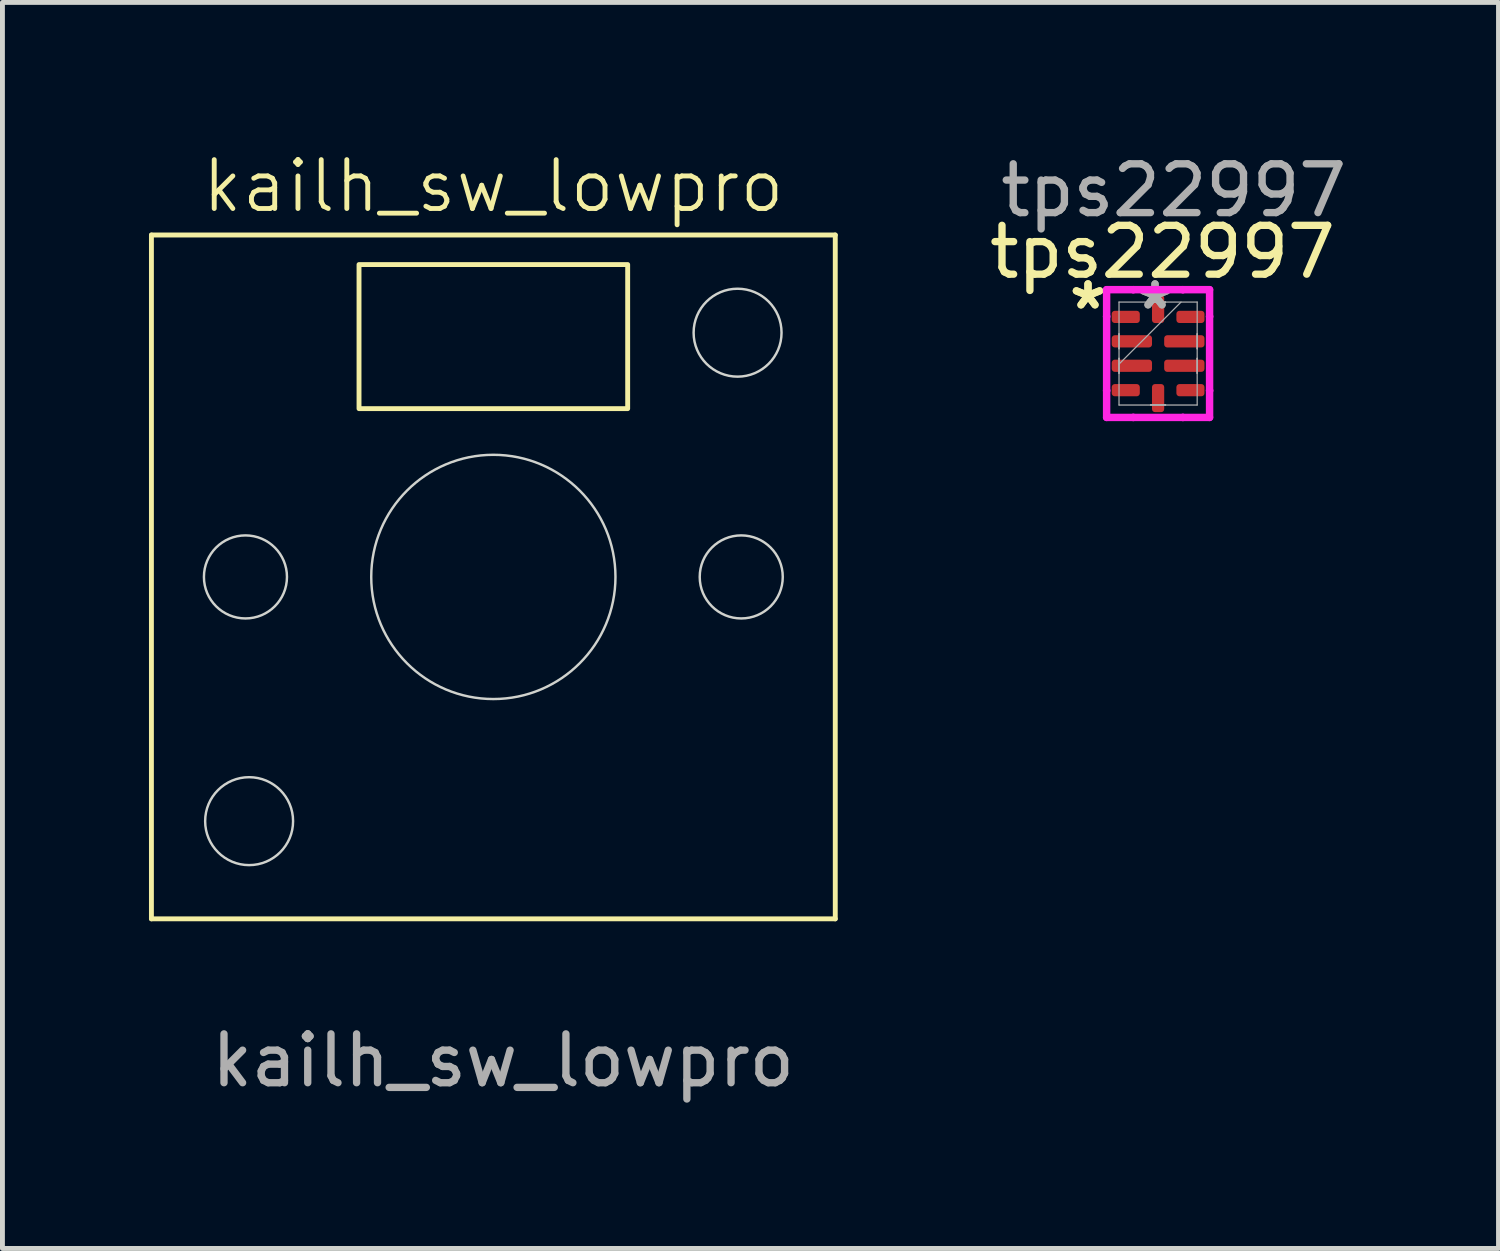
<source format=kicad_pcb>
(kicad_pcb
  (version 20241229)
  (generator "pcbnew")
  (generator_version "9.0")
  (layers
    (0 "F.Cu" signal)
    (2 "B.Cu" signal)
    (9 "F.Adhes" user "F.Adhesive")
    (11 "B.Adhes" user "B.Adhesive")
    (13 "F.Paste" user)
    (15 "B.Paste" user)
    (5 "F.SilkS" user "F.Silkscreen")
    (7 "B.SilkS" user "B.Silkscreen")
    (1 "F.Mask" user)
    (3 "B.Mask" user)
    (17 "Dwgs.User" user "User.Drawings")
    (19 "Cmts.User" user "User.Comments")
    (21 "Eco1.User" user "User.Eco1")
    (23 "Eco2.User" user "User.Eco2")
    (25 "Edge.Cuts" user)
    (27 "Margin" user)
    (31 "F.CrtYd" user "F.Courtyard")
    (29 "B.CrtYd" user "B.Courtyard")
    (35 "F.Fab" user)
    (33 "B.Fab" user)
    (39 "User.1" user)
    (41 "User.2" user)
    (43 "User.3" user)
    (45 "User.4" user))
  (footprint "kailh_sw_lowpro"
    (layer "F.Cu")
    (at 7.05 8.761)
    (property "Reference" "kailh_sw_lowpro" (at 0 -8 0) (unlocked yes) (layer "F.SilkS") (effects (font (size 1 1) (thickness 0.1))))
    (attr smd)
    (fp_line (start -7 -7) (end 7 -7) (stroke (width 0.1) (type default)) (layer "F.SilkS"))
    (fp_line (start -7 7) (end -7 -7) (stroke (width 0.1) (type default)) (layer "F.SilkS"))
    (fp_line (start 7 -7) (end 7 7) (stroke (width 0.1) (type default)) (layer "F.SilkS"))
    (fp_line (start 7 7) (end -7 7) (stroke (width 0.1) (type default)) (layer "F.SilkS"))
    (fp_rect (start -2.75 -6.395) (end 2.75 -3.445) (stroke (width 0.1) (type solid)) (fill no) (layer "F.SilkS"))
    (fp_circle (center -5.075 0) (end -4.225 0) (stroke (width 0.05) (type solid)) (fill no) (layer "Edge.Cuts"))
    (fp_circle (center -5 5) (end -4.1 5) (stroke (width 0.05) (type solid)) (fill no) (layer "Edge.Cuts"))
    (fp_circle (center 0 0) (end 2.5 0) (stroke (width 0.05) (type solid)) (fill no) (layer "Edge.Cuts"))
    (fp_circle (center 5 -5) (end 5.9 -5) (stroke (width 0.05) (type solid)) (fill no) (layer "Edge.Cuts"))
    (fp_circle (center 5.075 0) (end 5.925 0) (stroke (width 0.05) (type solid)) (fill no) (layer "Edge.Cuts"))
    (fp_circle (center 0 4.5) (end 1.25 4.5) (stroke (width 0.1) (type solid)) (fill no) (layer "User.4"))
    (fp_text user "${REFERENCE}" (at 0.2 9.9 0) (unlocked yes) (layer "F.Fab") (effects (font (size 1 1) (thickness 0.15)))))
  (footprint "tps22997"
    (layer "F.Cu")
    (at 20.659 4.188)
    (property "Reference" "tps22997" (at 0.09 -2.08 0) (unlocked yes) (layer "F.SilkS") (effects (font (size 1 1) (thickness 0.15))))
    (attr smd)
    (fp_line (start -1.054 -1.308) (end -0.508 -1.308) (stroke (width 0.152) (type solid)) (layer "F.CrtYd"))
    (fp_line (start -1.054 -0.758) (end -1.054 -1.308) (stroke (width 0.152) (type solid)) (layer "F.CrtYd"))
    (fp_line (start -1.054 -0.758) (end -1.054 -0.758) (stroke (width 0.152) (type solid)) (layer "F.CrtYd"))
    (fp_line (start -1.054 0.758) (end -1.054 -0.758) (stroke (width 0.152) (type solid)) (layer "F.CrtYd"))
    (fp_line (start -1.054 0.758) (end -1.054 0.758) (stroke (width 0.152) (type solid)) (layer "F.CrtYd"))
    (fp_line (start -1.054 1.308) (end -1.054 0.758) (stroke (width 0.152) (type solid)) (layer "F.CrtYd"))
    (fp_line (start -0.508 -1.308) (end -0.508 -1.308) (stroke (width 0.152) (type solid)) (layer "F.CrtYd"))
    (fp_line (start -0.508 -1.308) (end 0.508 -1.308) (stroke (width 0.152) (type solid)) (layer "F.CrtYd"))
    (fp_line (start -0.508 1.308) (end -1.054 1.308) (stroke (width 0.152) (type solid)) (layer "F.CrtYd"))
    (fp_line (start -0.508 1.308) (end -0.508 1.308) (stroke (width 0.152) (type solid)) (layer "F.CrtYd"))
    (fp_line (start 0.508 -1.308) (end 0.508 -1.308) (stroke (width 0.152) (type solid)) (layer "F.CrtYd"))
    (fp_line (start 0.508 -1.308) (end 1.054 -1.308) (stroke (width 0.152) (type solid)) (layer "F.CrtYd"))
    (fp_line (start 0.508 1.308) (end -0.508 1.308) (stroke (width 0.152) (type solid)) (layer "F.CrtYd"))
    (fp_line (start 0.508 1.308) (end 0.508 1.308) (stroke (width 0.152) (type solid)) (layer "F.CrtYd"))
    (fp_line (start 1.054 -1.308) (end 1.054 -0.758) (stroke (width 0.152) (type solid)) (layer "F.CrtYd"))
    (fp_line (start 1.054 -0.758) (end 1.054 -0.758) (stroke (width 0.152) (type solid)) (layer "F.CrtYd"))
    (fp_line (start 1.054 -0.758) (end 1.054 0.758) (stroke (width 0.152) (type solid)) (layer "F.CrtYd"))
    (fp_line (start 1.054 0.758) (end 1.054 0.758) (stroke (width 0.152) (type solid)) (layer "F.CrtYd"))
    (fp_line (start 1.054 0.758) (end 1.054 1.308) (stroke (width 0.152) (type solid)) (layer "F.CrtYd"))
    (fp_line (start 1.054 1.308) (end 0.508 1.308) (stroke (width 0.152) (type solid)) (layer "F.CrtYd"))
    (fp_line (start -0.8 -1.054) (end -0.8 1.054) (stroke (width 0.025) (type solid)) (layer "F.Fab"))
    (fp_line (start -0.8 -0.402) (end -0.8 -0.402) (stroke (width 0.025) (type solid)) (layer "F.Fab"))
    (fp_line (start -0.8 -0.098) (end -0.8 -0.402) (stroke (width 0.025) (type solid)) (layer "F.Fab"))
    (fp_line (start -0.8 0.098) (end -0.8 0.098) (stroke (width 0.025) (type solid)) (layer "F.Fab"))
    (fp_line (start -0.8 0.216) (end 0.47 -1.054) (stroke (width 0.025) (type solid)) (layer "F.Fab"))
    (fp_line (start -0.8 0.402) (end -0.8 0.098) (stroke (width 0.025) (type solid)) (layer "F.Fab"))
    (fp_line (start -0.8 1.054) (end 0.8 1.054) (stroke (width 0.025) (type solid)) (layer "F.Fab"))
    (fp_line (start -0.8 -0.402) (end -0.8 -0.098) (stroke (width 0.025) (type solid)) (layer "F.Fab"))
    (fp_line (start -0.8 -0.098) (end -0.8 -0.098) (stroke (width 0.025) (type solid)) (layer "F.Fab"))
    (fp_line (start -0.8 0.098) (end -0.8 0.402) (stroke (width 0.025) (type solid)) (layer "F.Fab"))
    (fp_line (start -0.8 0.402) (end -0.8 0.402) (stroke (width 0.025) (type solid)) (layer "F.Fab"))
    (fp_line (start -0.152 -1.054) (end 0.152 -1.054) (stroke (width 0.025) (type solid)) (layer "F.Fab"))
    (fp_line (start -0.152 -1.05) (end -0.152 -1.054) (stroke (width 0.025) (type solid)) (layer "F.Fab"))
    (fp_line (start -0.152 1.05) (end 0.152 1.05) (stroke (width 0.025) (type solid)) (layer "F.Fab"))
    (fp_line (start -0.152 1.054) (end -0.152 1.05) (stroke (width 0.025) (type solid)) (layer "F.Fab"))
    (fp_line (start 0.152 -1.054) (end 0.152 -1.05) (stroke (width 0.025) (type solid)) (layer "F.Fab"))
    (fp_line (start 0.152 -1.05) (end -0.152 -1.05) (stroke (width 0.025) (type solid)) (layer "F.Fab"))
    (fp_line (start 0.152 1.05) (end 0.152 1.054) (stroke (width 0.025) (type solid)) (layer "F.Fab"))
    (fp_line (start 0.152 1.054) (end -0.152 1.054) (stroke (width 0.025) (type solid)) (layer "F.Fab"))
    (fp_line (start 0.8 -0.402) (end 0.8 -0.402) (stroke (width 0.025) (type solid)) (layer "F.Fab"))
    (fp_line (start 0.8 -0.098) (end 0.8 -0.402) (stroke (width 0.025) (type solid)) (layer "F.Fab"))
    (fp_line (start 0.8 0.098) (end 0.8 0.098) (stroke (width 0.025) (type solid)) (layer "F.Fab"))
    (fp_line (start 0.8 0.402) (end 0.8 0.098) (stroke (width 0.025) (type solid)) (layer "F.Fab"))
    (fp_line (start 0.8 -1.054) (end -0.8 -1.054) (stroke (width 0.025) (type solid)) (layer "F.Fab"))
    (fp_line (start 0.8 -0.402) (end 0.8 -0.098) (stroke (width 0.025) (type solid)) (layer "F.Fab"))
    (fp_line (start 0.8 -0.098) (end 0.8 -0.098) (stroke (width 0.025) (type solid)) (layer "F.Fab"))
    (fp_line (start 0.8 0.098) (end 0.8 0.402) (stroke (width 0.025) (type solid)) (layer "F.Fab"))
    (fp_line (start 0.8 0.402) (end 0.8 0.402) (stroke (width 0.025) (type solid)) (layer "F.Fab"))
    (fp_line (start 0.8 1.054) (end 0.8 -1.054) (stroke (width 0.025) (type solid)) (layer "F.Fab"))
    (fp_text user "*" (at -1.435 -0.881 0) (layer "F.SilkS") (effects (font (size 1 1) (thickness 0.15))))
    (fp_text user "*" (at -1.435 -0.881 0) (unlocked yes) (layer "F.SilkS") (effects (font (size 1 1) (thickness 0.15))))
    (fp_text user "*" (at -0.063 -0.881 0) (layer "F.Fab") (effects (font (size 1 1) (thickness 0.15))))
    (fp_text user "${REFERENCE}" (at 0.32 -3.34 0) (unlocked yes) (layer "F.Fab") (effects (font (size 1 1) (thickness 0.15))))
    (fp_text user "*" (at -0.063 -0.881 0) (unlocked yes) (layer "F.Fab") (effects (font (size 1 1) (thickness 0.15))))
    (pad "1" smd roundrect (at -0.662 -0.75) (size 0.575 0.25) (layers "F.Cu" "F.Mask" "F.Paste") (roundrect_rratio 0.25))
    (pad "2" smd roundrect (at -0.537 -0.25 90) (size 0.25 0.825) (layers "F.Cu" "F.Mask" "F.Paste") (roundrect_rratio 0.25))
    (pad "3" smd roundrect (at -0.537 0.25 90) (size 0.25 0.825) (layers "F.Cu" "F.Mask" "F.Paste") (roundrect_rratio 0.25))
    (pad "4" smd roundrect (at -0.662 0.75) (size 0.575 0.25) (layers "F.Cu" "F.Mask" "F.Paste") (roundrect_rratio 0.25))
    (pad "5" smd roundrect (at 0 0.912) (size 0.25 0.575) (layers "F.Cu" "F.Mask" "F.Paste") (roundrect_rratio 0.25))
    (pad "6" smd roundrect (at 0.662 0.75) (size 0.575 0.25) (layers "F.Cu" "F.Mask" "F.Paste") (roundrect_rratio 0.25))
    (pad "7" smd roundrect (at 0.537 0.25 90) (size 0.25 0.825) (layers "F.Cu" "F.Mask" "F.Paste") (roundrect_rratio 0.25))
    (pad "8" smd roundrect (at 0.537 -0.25 90) (size 0.25 0.825) (layers "F.Cu" "F.Mask" "F.Paste") (roundrect_rratio 0.25))
    (pad "9" smd roundrect (at 0.662 -0.75) (size 0.575 0.25) (layers "F.Cu" "F.Mask" "F.Paste") (roundrect_rratio 0.25))
    (pad "10" smd roundrect (at 0 -0.912) (size 0.25 0.575) (layers "F.Cu" "F.Mask" "F.Paste") (roundrect_rratio 0.25)))
  (gr_rect
    (start -3 -3)
    (end 27.628 22.509)
    (stroke (width 0.1) (type default))
    (fill no)
    (layer "Edge.Cuts")))
</source>
